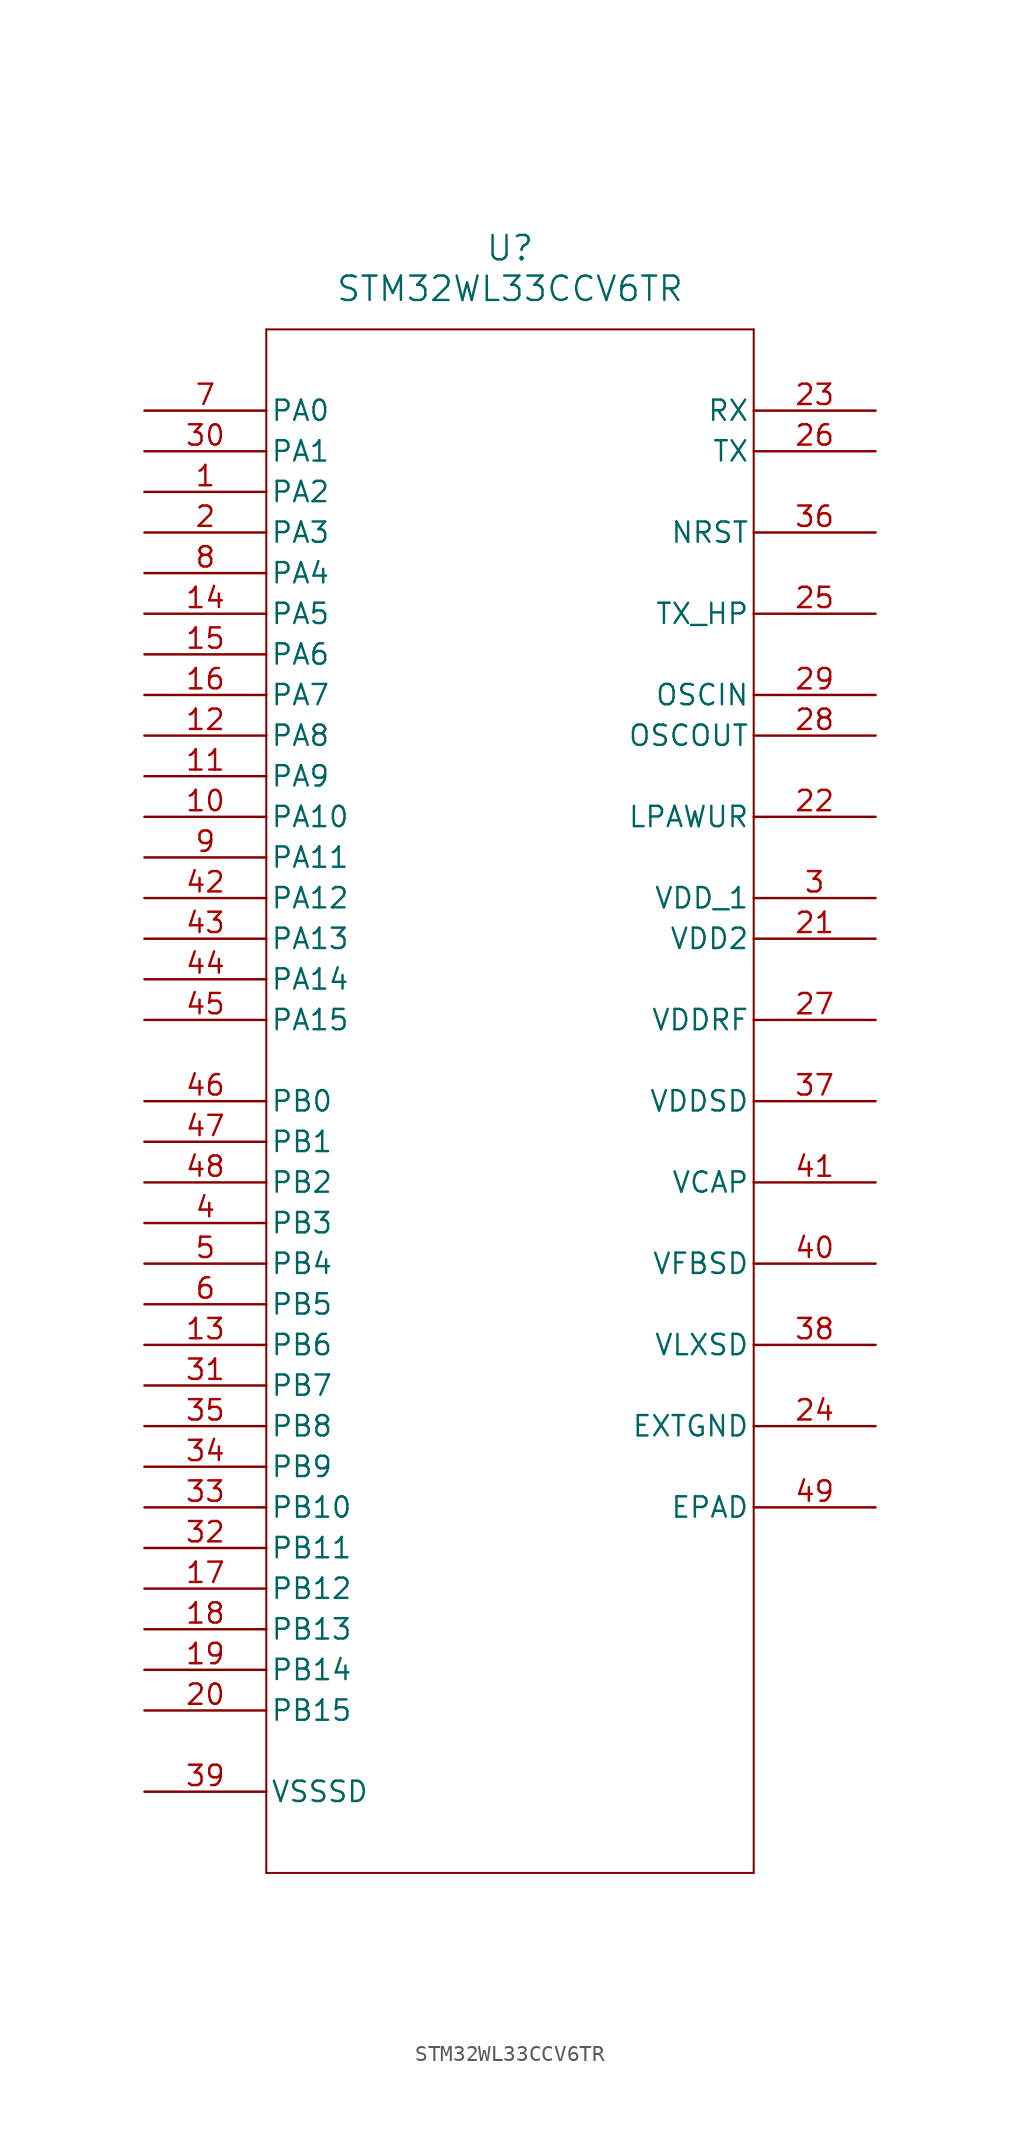
<source format=kicad_sym>
(kicad_symbol_lib
  (version 20211014)
  (generator kicad_symbol_editor)
  (symbol "STM32WL33CCV6TR"
    (pin_names
      (offset 0.254))
    (property "Reference" "U"
      (at 22.86 10.16 0)
      (effects (font (size 1.524 1.524))))
    (property "Value" "STM32WL33CCV6TR"
      (at 22.86 7.62 0)
      (effects (font (size 1.524 1.524))))
    (symbol "STM32WL33CCV6TR_0_1"
      (polyline (pts (xy 7.62 5.08) (xy 7.62 -91.44)) (stroke (width 0.127) (type default) (color 0 0 0 0)) (fill (type none)))
      (polyline (pts (xy 7.62 -91.44) (xy 38.1 -91.44)) (stroke (width 0.127) (type default) (color 0 0 0 0)) (fill (type none)))
      (polyline (pts (xy 38.1 -91.44) (xy 38.1 5.08)) (stroke (width 0.127) (type default) (color 0 0 0 0)) (fill (type none)))
      (polyline (pts (xy 38.1 5.08) (xy 7.62 5.08)) (stroke (width 0.127) (type default) (color 0 0 0 0)) (fill (type none)))
      (pin bidirectional line (at 0 -5.08 0) (length 7.62) (name "PA2" (effects (font (size 1.27 1.27)))) (number "1" (effects (font (size 1.27 1.27)))))
      (pin bidirectional line (at 0 -7.62 0) (length 7.62) (name "PA3" (effects (font (size 1.27 1.27)))) (number "2" (effects (font (size 1.27 1.27)))))
      (pin power_in line (at 45.72 -30.48 180) (length 7.62) (name "VDD_1" (effects (font (size 1.27 1.27)))) (number "3" (effects (font (size 1.27 1.27)))))
      (pin bidirectional line (at 0 -50.8 0) (length 7.62) (name "PB3" (effects (font (size 1.27 1.27)))) (number "4" (effects (font (size 1.27 1.27)))))
      (pin bidirectional line (at 0 -53.34 0) (length 7.62) (name "PB4" (effects (font (size 1.27 1.27)))) (number "5" (effects (font (size 1.27 1.27)))))
      (pin bidirectional line (at 0 -55.88 0) (length 7.62) (name "PB5" (effects (font (size 1.27 1.27)))) (number "6" (effects (font (size 1.27 1.27)))))
      (pin bidirectional line (at 0 0 0) (length 7.62) (name "PA0" (effects (font (size 1.27 1.27)))) (number "7" (effects (font (size 1.27 1.27)))))
      (pin bidirectional line (at 0 -10.16 0) (length 7.62) (name "PA4" (effects (font (size 1.27 1.27)))) (number "8" (effects (font (size 1.27 1.27)))))
      (pin bidirectional line (at 0 -27.94 0) (length 7.62) (name "PA11" (effects (font (size 1.27 1.27)))) (number "9" (effects (font (size 1.27 1.27)))))
      (pin bidirectional line (at 0 -25.4 0) (length 7.62) (name "PA10" (effects (font (size 1.27 1.27)))) (number "10" (effects (font (size 1.27 1.27)))))
      (pin bidirectional line (at 0 -22.86 0) (length 7.62) (name "PA9" (effects (font (size 1.27 1.27)))) (number "11" (effects (font (size 1.27 1.27)))))
      (pin bidirectional line (at 0 -20.32 0) (length 7.62) (name "PA8" (effects (font (size 1.27 1.27)))) (number "12" (effects (font (size 1.27 1.27)))))
      (pin bidirectional line (at 0 -58.42 0) (length 7.62) (name "PB6" (effects (font (size 1.27 1.27)))) (number "13" (effects (font (size 1.27 1.27)))))
      (pin bidirectional line (at 0 -12.7 0) (length 7.62) (name "PA5" (effects (font (size 1.27 1.27)))) (number "14" (effects (font (size 1.27 1.27)))))
      (pin bidirectional line (at 0 -15.24 0) (length 7.62) (name "PA6" (effects (font (size 1.27 1.27)))) (number "15" (effects (font (size 1.27 1.27)))))
      (pin bidirectional line (at 0 -17.78 0) (length 7.62) (name "PA7" (effects (font (size 1.27 1.27)))) (number "16" (effects (font (size 1.27 1.27)))))
      (pin bidirectional line (at 0 -73.66 0) (length 7.62) (name "PB12" (effects (font (size 1.27 1.27)))) (number "17" (effects (font (size 1.27 1.27)))))
      (pin bidirectional line (at 0 -76.2 0) (length 7.62) (name "PB13" (effects (font (size 1.27 1.27)))) (number "18" (effects (font (size 1.27 1.27)))))
      (pin bidirectional line (at 0 -78.74 0) (length 7.62) (name "PB14" (effects (font (size 1.27 1.27)))) (number "19" (effects (font (size 1.27 1.27)))))
      (pin bidirectional line (at 0 -81.28 0) (length 7.62) (name "PB15" (effects (font (size 1.27 1.27)))) (number "20" (effects (font (size 1.27 1.27)))))
      (pin power_in line (at 45.72 -33.02 180) (length 7.62) (name "VDD2" (effects (font (size 1.27 1.27)))) (number "21" (effects (font (size 1.27 1.27)))))
      (pin unspecified line (at 45.72 -25.4 180) (length 7.62) (name "LPAWUR" (effects (font (size 1.27 1.27)))) (number "22" (effects (font (size 1.27 1.27)))))
      (pin unspecified line (at 45.72 0 180) (length 7.62) (name "RX" (effects (font (size 1.27 1.27)))) (number "23" (effects (font (size 1.27 1.27)))))
      (pin power_in line (at 45.72 -63.5 180) (length 7.62) (name "EXTGND" (effects (font (size 1.27 1.27)))) (number "24" (effects (font (size 1.27 1.27)))))
      (pin unspecified line (at 45.72 -12.7 180) (length 7.62) (name "TX_HP" (effects (font (size 1.27 1.27)))) (number "25" (effects (font (size 1.27 1.27)))))
      (pin unspecified line (at 45.72 -2.54 180) (length 7.62) (name "TX" (effects (font (size 1.27 1.27)))) (number "26" (effects (font (size 1.27 1.27)))))
      (pin power_in line (at 45.72 -38.1 180) (length 7.62) (name "VDDRF" (effects (font (size 1.27 1.27)))) (number "27" (effects (font (size 1.27 1.27)))))
      (pin output line (at 45.72 -20.32 180) (length 7.62) (name "OSCOUT" (effects (font (size 1.27 1.27)))) (number "28" (effects (font (size 1.27 1.27)))))
      (pin input line (at 45.72 -17.78 180) (length 7.62) (name "OSCIN" (effects (font (size 1.27 1.27)))) (number "29" (effects (font (size 1.27 1.27)))))
      (pin bidirectional line (at 0 -2.54 0) (length 7.62) (name "PA1" (effects (font (size 1.27 1.27)))) (number "30" (effects (font (size 1.27 1.27)))))
      (pin bidirectional line (at 0 -60.96 0) (length 7.62) (name "PB7" (effects (font (size 1.27 1.27)))) (number "31" (effects (font (size 1.27 1.27)))))
      (pin bidirectional line (at 0 -71.12 0) (length 7.62) (name "PB11" (effects (font (size 1.27 1.27)))) (number "32" (effects (font (size 1.27 1.27)))))
      (pin bidirectional line (at 0 -68.58 0) (length 7.62) (name "PB10" (effects (font (size 1.27 1.27)))) (number "33" (effects (font (size 1.27 1.27)))))
      (pin bidirectional line (at 0 -66.04 0) (length 7.62) (name "PB9" (effects (font (size 1.27 1.27)))) (number "34" (effects (font (size 1.27 1.27)))))
      (pin bidirectional line (at 0 -63.5 0) (length 7.62) (name "PB8" (effects (font (size 1.27 1.27)))) (number "35" (effects (font (size 1.27 1.27)))))
      (pin bidirectional line (at 45.72 -7.62 180) (length 7.62) (name "NRST" (effects (font (size 1.27 1.27)))) (number "36" (effects (font (size 1.27 1.27)))))
      (pin power_in line (at 45.72 -43.18 180) (length 7.62) (name "VDDSD" (effects (font (size 1.27 1.27)))) (number "37" (effects (font (size 1.27 1.27)))))
      (pin power_in line (at 45.72 -58.42 180) (length 7.62) (name "VLXSD" (effects (font (size 1.27 1.27)))) (number "38" (effects (font (size 1.27 1.27)))))
      (pin power_in line (at 0 -86.36 0) (length 7.62) (name "VSSSD" (effects (font (size 1.27 1.27)))) (number "39" (effects (font (size 1.27 1.27)))))
      (pin power_in line (at 45.72 -53.34 180) (length 7.62) (name "VFBSD" (effects (font (size 1.27 1.27)))) (number "40" (effects (font (size 1.27 1.27)))))
      (pin power_in line (at 45.72 -48.26 180) (length 7.62) (name "VCAP" (effects (font (size 1.27 1.27)))) (number "41" (effects (font (size 1.27 1.27)))))
      (pin bidirectional line (at 0 -30.48 0) (length 7.62) (name "PA12" (effects (font (size 1.27 1.27)))) (number "42" (effects (font (size 1.27 1.27)))))
      (pin bidirectional line (at 0 -33.02 0) (length 7.62) (name "PA13" (effects (font (size 1.27 1.27)))) (number "43" (effects (font (size 1.27 1.27)))))
      (pin bidirectional line (at 0 -35.56 0) (length 7.62) (name "PA14" (effects (font (size 1.27 1.27)))) (number "44" (effects (font (size 1.27 1.27)))))
      (pin bidirectional line (at 0 -38.1 0) (length 7.62) (name "PA15" (effects (font (size 1.27 1.27)))) (number "45" (effects (font (size 1.27 1.27)))))
      (pin bidirectional line (at 0 -43.18 0) (length 7.62) (name "PB0" (effects (font (size 1.27 1.27)))) (number "46" (effects (font (size 1.27 1.27)))))
      (pin bidirectional line (at 0 -45.72 0) (length 7.62) (name "PB1" (effects (font (size 1.27 1.27)))) (number "47" (effects (font (size 1.27 1.27)))))
      (pin bidirectional line (at 0 -48.26 0) (length 7.62) (name "PB2" (effects (font (size 1.27 1.27)))) (number "48" (effects (font (size 1.27 1.27)))))
      (pin unspecified line (at 45.72 -68.58 180) (length 7.62) (name "EPAD" (effects (font (size 1.27 1.27)))) (number "49" (effects (font (size 1.27 1.27))))))))
</source>
